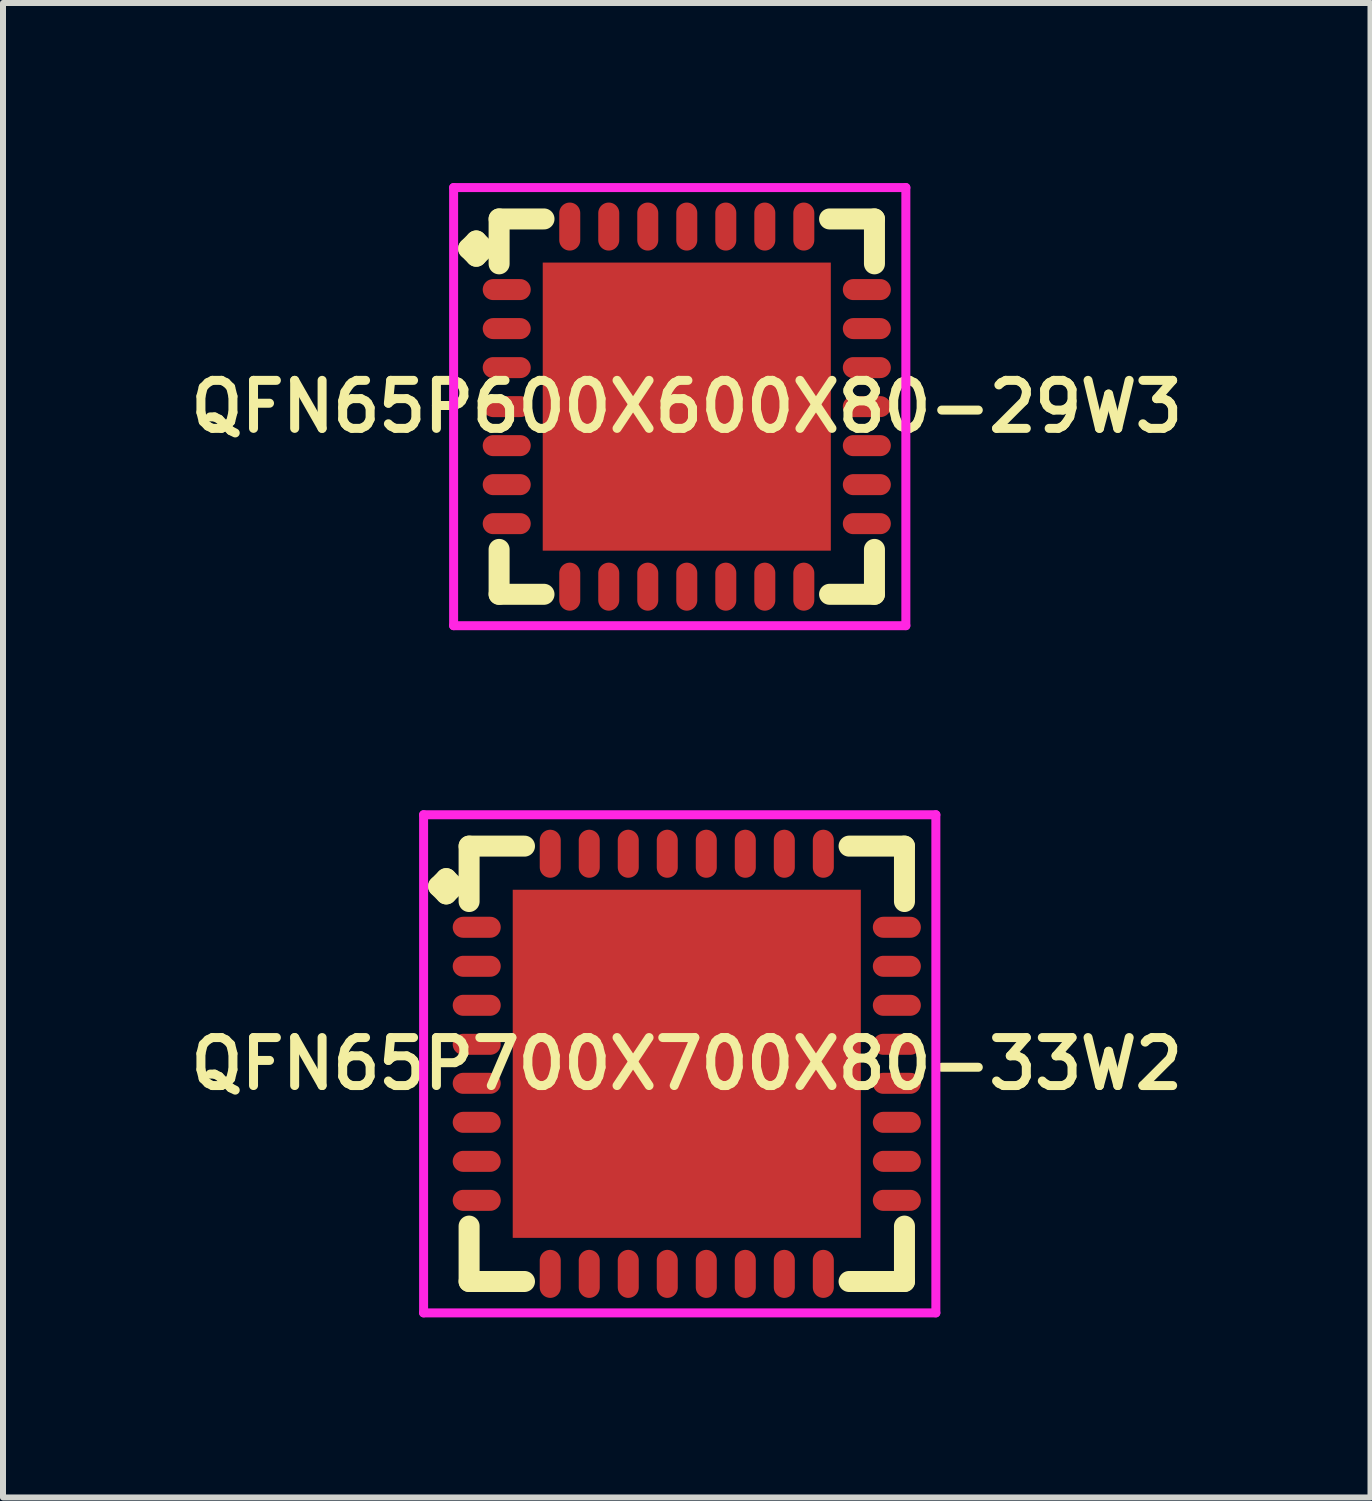
<source format=kicad_pcb>
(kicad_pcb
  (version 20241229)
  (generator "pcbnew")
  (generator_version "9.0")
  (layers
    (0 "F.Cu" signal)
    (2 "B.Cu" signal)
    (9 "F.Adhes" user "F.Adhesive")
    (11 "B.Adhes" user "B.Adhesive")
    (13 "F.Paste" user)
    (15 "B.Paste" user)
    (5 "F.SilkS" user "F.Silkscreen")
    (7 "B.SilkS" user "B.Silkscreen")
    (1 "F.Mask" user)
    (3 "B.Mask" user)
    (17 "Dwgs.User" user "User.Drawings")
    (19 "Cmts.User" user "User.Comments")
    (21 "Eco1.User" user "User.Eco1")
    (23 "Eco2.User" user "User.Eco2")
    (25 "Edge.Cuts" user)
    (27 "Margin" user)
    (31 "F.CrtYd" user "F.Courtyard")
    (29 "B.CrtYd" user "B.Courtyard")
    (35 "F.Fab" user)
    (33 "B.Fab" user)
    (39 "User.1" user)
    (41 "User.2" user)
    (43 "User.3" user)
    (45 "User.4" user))
  (footprint "QFN65P700X700X80-33W2"
    (layer "F.Cu")
    (at 8.393 14.675)
    (property "Reference" "QFN65P700X700X80-33W2" (at 0 0 0) (layer "F.SilkS") (effects (font (size 0.8 0.8) (thickness 0.15))))
    (attr through_hole)
    (fp_line (start -4.135 -2.958) (end -4.008 -3.085) (stroke (width 0.35) (type solid)) (layer "F.SilkS"))
    (fp_line (start -4.008 -3.085) (end -3.881 -2.958) (stroke (width 0.35) (type solid)) (layer "F.SilkS"))
    (fp_line (start -4.008 -2.831) (end -4.135 -2.958) (stroke (width 0.35) (type solid)) (layer "F.SilkS"))
    (fp_line (start -3.881 -2.958) (end -4.008 -2.831) (stroke (width 0.35) (type solid)) (layer "F.SilkS"))
    (fp_line (start -3.627 -3.627) (end -2.704 -3.627) (stroke (width 0.35) (type solid)) (layer "F.SilkS"))
    (fp_line (start -3.627 -2.704) (end -3.627 -3.627) (stroke (width 0.35) (type solid)) (layer "F.SilkS"))
    (fp_line (start -3.627 2.704) (end -3.627 3.627) (stroke (width 0.35) (type solid)) (layer "F.SilkS"))
    (fp_line (start -3.627 3.627) (end -2.704 3.627) (stroke (width 0.35) (type solid)) (layer "F.SilkS"))
    (fp_line (start 2.704 -3.627) (end 3.627 -3.627) (stroke (width 0.35) (type solid)) (layer "F.SilkS"))
    (fp_line (start 2.704 3.627) (end 3.627 3.627) (stroke (width 0.35) (type solid)) (layer "F.SilkS"))
    (fp_line (start 3.627 -3.627) (end 3.627 -2.704) (stroke (width 0.35) (type solid)) (layer "F.SilkS"))
    (fp_line (start 3.627 3.627) (end 3.627 2.704) (stroke (width 0.35) (type solid)) (layer "F.SilkS"))
    (fp_line (start -4.385 -4.15) (end 4.15 -4.15) (stroke (width 0.15) (type solid)) (layer "F.CrtYd"))
    (fp_line (start -4.385 4.15) (end -4.385 -4.15) (stroke (width 0.15) (type solid)) (layer "F.CrtYd"))
    (fp_line (start 4.15 -4.15) (end 4.15 4.15) (stroke (width 0.15) (type solid)) (layer "F.CrtYd"))
    (fp_line (start 4.15 4.15) (end -4.385 4.15) (stroke (width 0.15) (type solid)) (layer "F.CrtYd"))
    (pad "1" smd oval (at -3.5 -2.275) (size 0.8 0.35) (layers "F.Cu" "F.Mask" "F.Paste"))
    (pad "2" smd oval (at -3.5 -1.625) (size 0.8 0.35) (layers "F.Cu" "F.Mask" "F.Paste"))
    (pad "3" smd oval (at -3.5 -0.975) (size 0.8 0.35) (layers "F.Cu" "F.Mask" "F.Paste"))
    (pad "4" smd oval (at -3.5 -0.325) (size 0.8 0.35) (layers "F.Cu" "F.Mask" "F.Paste"))
    (pad "5" smd oval (at -3.5 0.325) (size 0.8 0.35) (layers "F.Cu" "F.Mask" "F.Paste"))
    (pad "6" smd oval (at -3.5 0.975) (size 0.8 0.35) (layers "F.Cu" "F.Mask" "F.Paste"))
    (pad "7" smd oval (at -3.5 1.625) (size 0.8 0.35) (layers "F.Cu" "F.Mask" "F.Paste"))
    (pad "8" smd oval (at -3.5 2.275) (size 0.8 0.35) (layers "F.Cu" "F.Mask" "F.Paste"))
    (pad "9" smd oval (at -2.275 3.5) (size 0.35 0.8) (layers "F.Cu" "F.Mask" "F.Paste"))
    (pad "10" smd oval (at -1.625 3.5) (size 0.35 0.8) (layers "F.Cu" "F.Mask" "F.Paste"))
    (pad "11" smd oval (at -0.975 3.5) (size 0.35 0.8) (layers "F.Cu" "F.Mask" "F.Paste"))
    (pad "12" smd oval (at -0.325 3.5) (size 0.35 0.8) (layers "F.Cu" "F.Mask" "F.Paste"))
    (pad "13" smd oval (at 0.325 3.5) (size 0.35 0.8) (layers "F.Cu" "F.Mask" "F.Paste"))
    (pad "14" smd oval (at 0.975 3.5) (size 0.35 0.8) (layers "F.Cu" "F.Mask" "F.Paste"))
    (pad "15" smd oval (at 1.625 3.5) (size 0.35 0.8) (layers "F.Cu" "F.Mask" "F.Paste"))
    (pad "16" smd oval (at 2.275 3.5) (size 0.35 0.8) (layers "F.Cu" "F.Mask" "F.Paste"))
    (pad "17" smd oval (at 3.5 2.275) (size 0.8 0.35) (layers "F.Cu" "F.Mask" "F.Paste"))
    (pad "18" smd oval (at 3.5 1.625) (size 0.8 0.35) (layers "F.Cu" "F.Mask" "F.Paste"))
    (pad "19" smd oval (at 3.5 0.975) (size 0.8 0.35) (layers "F.Cu" "F.Mask" "F.Paste"))
    (pad "20" smd oval (at 3.5 0.325) (size 0.8 0.35) (layers "F.Cu" "F.Mask" "F.Paste"))
    (pad "21" smd oval (at 3.5 -0.325) (size 0.8 0.35) (layers "F.Cu" "F.Mask" "F.Paste"))
    (pad "22" smd oval (at 3.5 -0.975) (size 0.8 0.35) (layers "F.Cu" "F.Mask" "F.Paste"))
    (pad "23" smd oval (at 3.5 -1.625) (size 0.8 0.35) (layers "F.Cu" "F.Mask" "F.Paste"))
    (pad "24" smd oval (at 3.5 -2.275) (size 0.8 0.35) (layers "F.Cu" "F.Mask" "F.Paste"))
    (pad "25" smd oval (at 2.275 -3.5) (size 0.35 0.8) (layers "F.Cu" "F.Mask" "F.Paste"))
    (pad "26" smd oval (at 1.625 -3.5) (size 0.35 0.8) (layers "F.Cu" "F.Mask" "F.Paste"))
    (pad "27" smd oval (at 0.975 -3.5) (size 0.35 0.8) (layers "F.Cu" "F.Mask" "F.Paste"))
    (pad "28" smd oval (at 0.325 -3.5) (size 0.35 0.8) (layers "F.Cu" "F.Mask" "F.Paste"))
    (pad "29" smd oval (at -0.325 -3.5) (size 0.35 0.8) (layers "F.Cu" "F.Mask" "F.Paste"))
    (pad "30" smd oval (at -0.975 -3.5) (size 0.35 0.8) (layers "F.Cu" "F.Mask" "F.Paste"))
    (pad "31" smd oval (at -1.625 -3.5) (size 0.35 0.8) (layers "F.Cu" "F.Mask" "F.Paste"))
    (pad "32" smd oval (at -2.275 -3.5) (size 0.35 0.8) (layers "F.Cu" "F.Mask" "F.Paste"))
    (pad "33" smd rect (at 0 0) (size 5.8 5.8) (layers "F.Cu" "F.Mask" "F.Paste")))
  (footprint "QFN65P600X600X80-29W3"
    (layer "F.Cu")
    (at 8.393 3.725)
    (property "Reference" "QFN65P600X600X80-29W3" (at 0 0 0) (layer "F.SilkS") (effects (font (size 0.8 0.8) (thickness 0.15))))
    (attr smd)
    (fp_line (start -3.635 -2.633) (end -3.508 -2.76) (stroke (width 0.35) (type solid)) (layer "F.SilkS"))
    (fp_line (start -3.508 -2.76) (end -3.381 -2.633) (stroke (width 0.35) (type solid)) (layer "F.SilkS"))
    (fp_line (start -3.508 -2.506) (end -3.635 -2.633) (stroke (width 0.35) (type solid)) (layer "F.SilkS"))
    (fp_line (start -3.381 -2.633) (end -3.508 -2.506) (stroke (width 0.35) (type solid)) (layer "F.SilkS"))
    (fp_line (start -3.127 -3.127) (end -2.379 -3.127) (stroke (width 0.35) (type solid)) (layer "F.SilkS"))
    (fp_line (start -3.127 -2.379) (end -3.127 -3.127) (stroke (width 0.35) (type solid)) (layer "F.SilkS"))
    (fp_line (start -3.127 2.379) (end -3.127 3.127) (stroke (width 0.35) (type solid)) (layer "F.SilkS"))
    (fp_line (start -3.127 3.127) (end -2.379 3.127) (stroke (width 0.35) (type solid)) (layer "F.SilkS"))
    (fp_line (start 2.379 -3.127) (end 3.127 -3.127) (stroke (width 0.35) (type solid)) (layer "F.SilkS"))
    (fp_line (start 2.379 3.127) (end 3.127 3.127) (stroke (width 0.35) (type solid)) (layer "F.SilkS"))
    (fp_line (start 3.127 -3.127) (end 3.127 -2.379) (stroke (width 0.35) (type solid)) (layer "F.SilkS"))
    (fp_line (start 3.127 3.127) (end 3.127 2.379) (stroke (width 0.35) (type solid)) (layer "F.SilkS"))
    (fp_line (start -3.885 -3.65) (end 3.65 -3.65) (stroke (width 0.15) (type solid)) (layer "F.CrtYd"))
    (fp_line (start -3.885 3.65) (end -3.885 -3.65) (stroke (width 0.15) (type solid)) (layer "F.CrtYd"))
    (fp_line (start 3.65 -3.65) (end 3.65 3.65) (stroke (width 0.15) (type solid)) (layer "F.CrtYd"))
    (fp_line (start 3.65 3.65) (end -3.885 3.65) (stroke (width 0.15) (type solid)) (layer "F.CrtYd"))
    (pad "1" smd oval (at -3 -1.95) (size 0.8 0.35) (layers "F.Cu" "F.Mask" "F.Paste"))
    (pad "2" smd oval (at -3 -1.3) (size 0.8 0.35) (layers "F.Cu" "F.Mask" "F.Paste"))
    (pad "3" smd oval (at -3 -0.65) (size 0.8 0.35) (layers "F.Cu" "F.Mask" "F.Paste"))
    (pad "4" smd oval (at -3 0) (size 0.8 0.35) (layers "F.Cu" "F.Mask" "F.Paste"))
    (pad "5" smd oval (at -3 0.65) (size 0.8 0.35) (layers "F.Cu" "F.Mask" "F.Paste"))
    (pad "6" smd oval (at -3 1.3) (size 0.8 0.35) (layers "F.Cu" "F.Mask" "F.Paste"))
    (pad "7" smd oval (at -3 1.95) (size 0.8 0.35) (layers "F.Cu" "F.Mask" "F.Paste"))
    (pad "8" smd oval (at -1.95 3) (size 0.35 0.8) (layers "F.Cu" "F.Mask" "F.Paste"))
    (pad "9" smd oval (at -1.3 3) (size 0.35 0.8) (layers "F.Cu" "F.Mask" "F.Paste"))
    (pad "10" smd oval (at -0.65 3) (size 0.35 0.8) (layers "F.Cu" "F.Mask" "F.Paste"))
    (pad "11" smd oval (at 0 3) (size 0.35 0.8) (layers "F.Cu" "F.Mask" "F.Paste"))
    (pad "12" smd oval (at 0.65 3) (size 0.35 0.8) (layers "F.Cu" "F.Mask" "F.Paste"))
    (pad "13" smd oval (at 1.3 3) (size 0.35 0.8) (layers "F.Cu" "F.Mask" "F.Paste"))
    (pad "14" smd oval (at 1.95 3) (size 0.35 0.8) (layers "F.Cu" "F.Mask" "F.Paste"))
    (pad "15" smd oval (at 3 1.95) (size 0.8 0.35) (layers "F.Cu" "F.Mask" "F.Paste"))
    (pad "16" smd oval (at 3 1.3) (size 0.8 0.35) (layers "F.Cu" "F.Mask" "F.Paste"))
    (pad "17" smd oval (at 3 0.65) (size 0.8 0.35) (layers "F.Cu" "F.Mask" "F.Paste"))
    (pad "18" smd oval (at 3 0) (size 0.8 0.35) (layers "F.Cu" "F.Mask" "F.Paste"))
    (pad "19" smd oval (at 3 -0.65) (size 0.8 0.35) (layers "F.Cu" "F.Mask" "F.Paste"))
    (pad "20" smd oval (at 3 -1.3) (size 0.8 0.35) (layers "F.Cu" "F.Mask" "F.Paste"))
    (pad "21" smd oval (at 3 -1.95) (size 0.8 0.35) (layers "F.Cu" "F.Mask" "F.Paste"))
    (pad "22" smd oval (at 1.95 -3) (size 0.35 0.8) (layers "F.Cu" "F.Mask" "F.Paste"))
    (pad "23" smd oval (at 1.3 -3) (size 0.35 0.8) (layers "F.Cu" "F.Mask" "F.Paste"))
    (pad "24" smd oval (at 0.65 -3) (size 0.35 0.8) (layers "F.Cu" "F.Mask" "F.Paste"))
    (pad "25" smd oval (at 0 -3) (size 0.35 0.8) (layers "F.Cu" "F.Mask" "F.Paste"))
    (pad "26" smd oval (at -0.65 -3) (size 0.35 0.8) (layers "F.Cu" "F.Mask" "F.Paste"))
    (pad "27" smd oval (at -1.3 -3) (size 0.35 0.8) (layers "F.Cu" "F.Mask" "F.Paste"))
    (pad "28" smd oval (at -1.95 -3) (size 0.35 0.8) (layers "F.Cu" "F.Mask" "F.Paste"))
    (pad "29" smd rect (at 0 0) (size 4.8 4.8) (layers "F.Cu" "F.Mask" "F.Paste")))
  (gr_rect
    (start -3 -3)
    (end 19.785 21.9)
    (stroke (width 0.1) (type default))
    (fill no)
    (layer "Edge.Cuts")))
</source>
